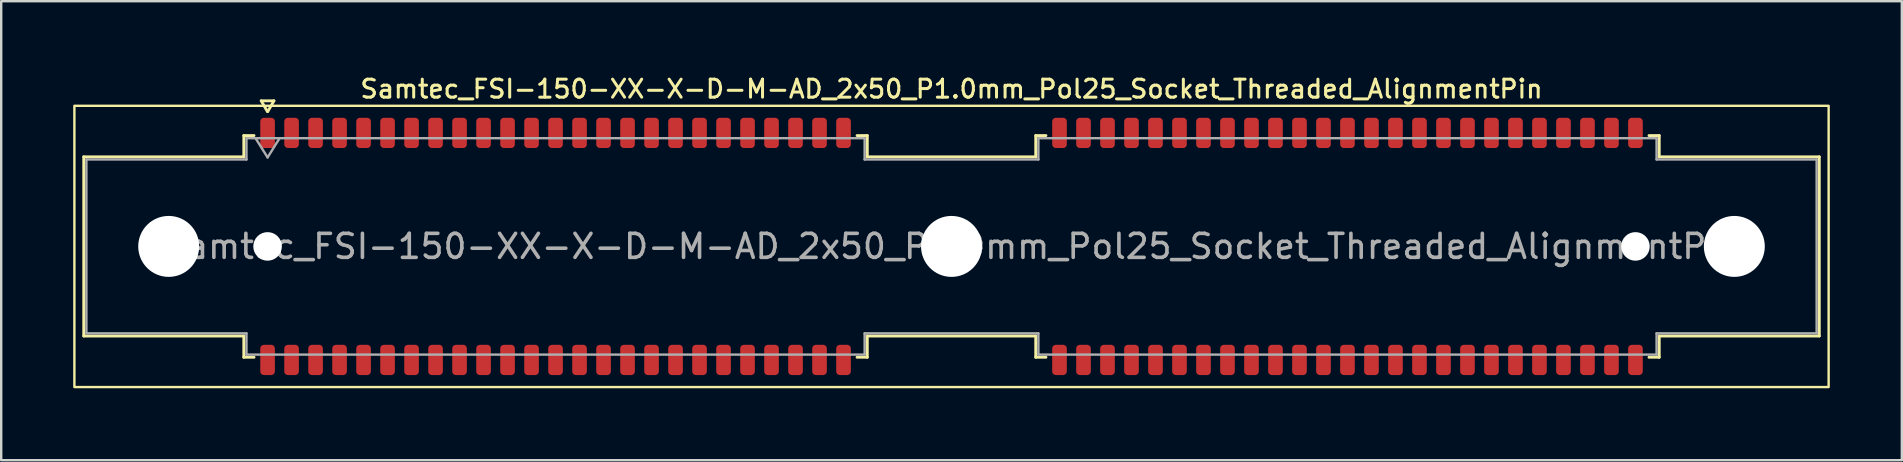
<source format=kicad_pcb>
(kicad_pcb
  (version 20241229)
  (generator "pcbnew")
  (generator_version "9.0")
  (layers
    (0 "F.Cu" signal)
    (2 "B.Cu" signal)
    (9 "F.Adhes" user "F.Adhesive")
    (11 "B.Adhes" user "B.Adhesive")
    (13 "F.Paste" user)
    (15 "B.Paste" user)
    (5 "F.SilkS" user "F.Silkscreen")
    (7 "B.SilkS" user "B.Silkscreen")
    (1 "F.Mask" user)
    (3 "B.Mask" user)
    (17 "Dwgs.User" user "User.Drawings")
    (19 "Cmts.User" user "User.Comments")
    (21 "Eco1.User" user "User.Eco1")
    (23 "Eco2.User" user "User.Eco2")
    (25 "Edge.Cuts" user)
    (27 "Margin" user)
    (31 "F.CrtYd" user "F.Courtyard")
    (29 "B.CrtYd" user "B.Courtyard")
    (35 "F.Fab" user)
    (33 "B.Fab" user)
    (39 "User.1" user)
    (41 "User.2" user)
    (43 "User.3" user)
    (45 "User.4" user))
  (footprint "Samtec_FSI-150-XX-X-D-M-AD_2x50_P1.0mm_Pol25_Socket_Threaded_AlignmentPin"
    (layer "F.Cu")
    (at 36.6 7.218)
    (property "Reference" "Samtec_FSI-150-XX-X-D-M-AD_2x50_P1.0mm_Pol25_Socket_Threaded_AlignmentPin" (at 0 -6.56 0) (layer "F.SilkS") (effects (font (size 0.75 0.75) (thickness 0.125))))
    (attr smd)
    (fp_line (start -36.16 -3.733) (end -29.49 -3.733) (stroke (width 0.12) (type solid)) (layer "F.SilkS"))
    (fp_line (start -36.16 3.733) (end -36.16 -3.733) (stroke (width 0.12) (type solid)) (layer "F.SilkS"))
    (fp_line (start -29.49 -4.619) (end -29.065 -4.619) (stroke (width 0.12) (type solid)) (layer "F.SilkS"))
    (fp_line (start -29.49 -3.733) (end -29.49 -4.619) (stroke (width 0.12) (type solid)) (layer "F.SilkS"))
    (fp_line (start -29.49 3.733) (end -36.16 3.733) (stroke (width 0.12) (type solid)) (layer "F.SilkS"))
    (fp_line (start -29.49 4.619) (end -29.49 3.733) (stroke (width 0.12) (type solid)) (layer "F.SilkS"))
    (fp_line (start -29.065 4.619) (end -29.49 4.619) (stroke (width 0.12) (type solid)) (layer "F.SilkS"))
    (fp_line (start -28.764 -6.066) (end -28.507 -5.62) (stroke (width 0.12) (type solid)) (layer "F.SilkS"))
    (fp_line (start -28.493 -5.62) (end -28.236 -6.066) (stroke (width 0.12) (type solid)) (layer "F.SilkS"))
    (fp_line (start -28.236 -6.066) (end -28.764 -6.066) (stroke (width 0.12) (type solid)) (layer "F.SilkS"))
    (fp_line (start -3.935 -4.619) (end -3.51 -4.619) (stroke (width 0.12) (type solid)) (layer "F.SilkS"))
    (fp_line (start -3.51 -4.619) (end -3.51 -3.733) (stroke (width 0.12) (type solid)) (layer "F.SilkS"))
    (fp_line (start -3.51 -3.733) (end 3.51 -3.733) (stroke (width 0.12) (type solid)) (layer "F.SilkS"))
    (fp_line (start -3.51 3.733) (end -3.51 4.619) (stroke (width 0.12) (type solid)) (layer "F.SilkS"))
    (fp_line (start -3.51 4.619) (end -3.935 4.619) (stroke (width 0.12) (type solid)) (layer "F.SilkS"))
    (fp_line (start 3.51 -4.619) (end 3.935 -4.619) (stroke (width 0.12) (type solid)) (layer "F.SilkS"))
    (fp_line (start 3.51 -3.733) (end 3.51 -4.619) (stroke (width 0.12) (type solid)) (layer "F.SilkS"))
    (fp_line (start 3.51 3.733) (end -3.51 3.733) (stroke (width 0.12) (type solid)) (layer "F.SilkS"))
    (fp_line (start 3.51 4.619) (end 3.51 3.733) (stroke (width 0.12) (type solid)) (layer "F.SilkS"))
    (fp_line (start 3.935 4.619) (end 3.51 4.619) (stroke (width 0.12) (type solid)) (layer "F.SilkS"))
    (fp_line (start 29.065 -4.619) (end 29.49 -4.619) (stroke (width 0.12) (type solid)) (layer "F.SilkS"))
    (fp_line (start 29.49 -4.619) (end 29.49 -3.733) (stroke (width 0.12) (type solid)) (layer "F.SilkS"))
    (fp_line (start 29.49 -3.733) (end 36.16 -3.733) (stroke (width 0.12) (type solid)) (layer "F.SilkS"))
    (fp_line (start 29.49 3.733) (end 29.49 4.619) (stroke (width 0.12) (type solid)) (layer "F.SilkS"))
    (fp_line (start 29.49 4.619) (end 29.065 4.619) (stroke (width 0.12) (type solid)) (layer "F.SilkS"))
    (fp_line (start 36.16 -3.733) (end 36.16 3.733) (stroke (width 0.12) (type solid)) (layer "F.SilkS"))
    (fp_line (start 36.16 3.733) (end 29.49 3.733) (stroke (width 0.12) (type solid)) (layer "F.SilkS"))
    (fp_rect (start -36.55 -5.86) (end 36.55 5.86) (stroke (width 0.1) (type solid)) (fill no) (layer "F.SilkS"))
    (fp_line (start -36.05 -3.623) (end -29.38 -3.623) (stroke (width 0.1) (type solid)) (layer "F.Fab"))
    (fp_line (start -36.05 3.623) (end -36.05 -3.623) (stroke (width 0.1) (type solid)) (layer "F.Fab"))
    (fp_line (start -29.38 -4.508) (end -3.62 -4.508) (stroke (width 0.1) (type solid)) (layer "F.Fab"))
    (fp_line (start -29.38 -3.623) (end -29.38 -4.508) (stroke (width 0.1) (type solid)) (layer "F.Fab"))
    (fp_line (start -29.38 3.623) (end -36.05 3.623) (stroke (width 0.1) (type solid)) (layer "F.Fab"))
    (fp_line (start -29.38 4.508) (end -29.38 3.623) (stroke (width 0.1) (type solid)) (layer "F.Fab"))
    (fp_line (start -29 -4.508) (end -28.5 -3.708) (stroke (width 0.1) (type solid)) (layer "F.Fab"))
    (fp_line (start -28.5 -3.708) (end -28 -4.508) (stroke (width 0.1) (type solid)) (layer "F.Fab"))
    (fp_line (start -3.62 -4.508) (end -3.62 -3.623) (stroke (width 0.1) (type solid)) (layer "F.Fab"))
    (fp_line (start -3.62 -3.623) (end 3.62 -3.623) (stroke (width 0.1) (type solid)) (layer "F.Fab"))
    (fp_line (start -3.62 3.623) (end -3.62 4.508) (stroke (width 0.1) (type solid)) (layer "F.Fab"))
    (fp_line (start -3.62 4.508) (end -29.38 4.508) (stroke (width 0.1) (type solid)) (layer "F.Fab"))
    (fp_line (start 3.62 -4.508) (end 29.38 -4.508) (stroke (width 0.1) (type solid)) (layer "F.Fab"))
    (fp_line (start 3.62 -3.623) (end 3.62 -4.508) (stroke (width 0.1) (type solid)) (layer "F.Fab"))
    (fp_line (start 3.62 3.623) (end -3.62 3.623) (stroke (width 0.1) (type solid)) (layer "F.Fab"))
    (fp_line (start 3.62 4.508) (end 3.62 3.623) (stroke (width 0.1) (type solid)) (layer "F.Fab"))
    (fp_line (start 29.38 -4.508) (end 29.38 -3.623) (stroke (width 0.1) (type solid)) (layer "F.Fab"))
    (fp_line (start 29.38 -3.623) (end 36.05 -3.623) (stroke (width 0.1) (type solid)) (layer "F.Fab"))
    (fp_line (start 29.38 3.623) (end 29.38 4.508) (stroke (width 0.1) (type solid)) (layer "F.Fab"))
    (fp_line (start 29.38 4.508) (end 3.62 4.508) (stroke (width 0.1) (type solid)) (layer "F.Fab"))
    (fp_line (start 36.05 -3.623) (end 36.05 3.623) (stroke (width 0.1) (type solid)) (layer "F.Fab"))
    (fp_line (start 36.05 3.623) (end 29.38 3.623) (stroke (width 0.1) (type solid)) (layer "F.Fab"))
    (fp_text user "${REFERENCE}" (at 0 0 0) (layer "F.Fab") (effects (font (size 1 1) (thickness 0.15))))
    (pad "" np_thru_hole circle (at -32.62 0) (size 2.54 2.54) (drill 2.54) (layers "*.Cu" "*.Mask"))
    (pad "" np_thru_hole circle (at -28.5 0) (size 1.19 1.19) (drill 1.19) (layers "*.Cu" "*.Mask"))
    (pad "" np_thru_hole circle (at 0 0) (size 2.54 2.54) (drill 2.54) (layers "*.Cu" "*.Mask"))
    (pad "" np_thru_hole circle (at 28.5 0) (size 1.19 1.19) (drill 1.19) (layers "*.Cu" "*.Mask"))
    (pad "" np_thru_hole circle (at 32.62 0) (size 2.54 2.54) (drill 2.54) (layers "*.Cu" "*.Mask"))
    (pad "1" smd roundrect (at -28.5 -4.73) (size 0.61 1.26) (layers "F.Cu" "F.Mask" "F.Paste") (roundrect_rratio 0.25))
    (pad "2" smd roundrect (at -28.5 4.73) (size 0.61 1.26) (layers "F.Cu" "F.Mask" "F.Paste") (roundrect_rratio 0.25))
    (pad "3" smd roundrect (at -27.5 -4.73) (size 0.61 1.26) (layers "F.Cu" "F.Mask" "F.Paste") (roundrect_rratio 0.25))
    (pad "4" smd roundrect (at -27.5 4.73) (size 0.61 1.26) (layers "F.Cu" "F.Mask" "F.Paste") (roundrect_rratio 0.25))
    (pad "5" smd roundrect (at -26.5 -4.73) (size 0.61 1.26) (layers "F.Cu" "F.Mask" "F.Paste") (roundrect_rratio 0.25))
    (pad "6" smd roundrect (at -26.5 4.73) (size 0.61 1.26) (layers "F.Cu" "F.Mask" "F.Paste") (roundrect_rratio 0.25))
    (pad "7" smd roundrect (at -25.5 -4.73) (size 0.61 1.26) (layers "F.Cu" "F.Mask" "F.Paste") (roundrect_rratio 0.25))
    (pad "8" smd roundrect (at -25.5 4.73) (size 0.61 1.26) (layers "F.Cu" "F.Mask" "F.Paste") (roundrect_rratio 0.25))
    (pad "9" smd roundrect (at -24.5 -4.73) (size 0.61 1.26) (layers "F.Cu" "F.Mask" "F.Paste") (roundrect_rratio 0.25))
    (pad "10" smd roundrect (at -24.5 4.73) (size 0.61 1.26) (layers "F.Cu" "F.Mask" "F.Paste") (roundrect_rratio 0.25))
    (pad "11" smd roundrect (at -23.5 -4.73) (size 0.61 1.26) (layers "F.Cu" "F.Mask" "F.Paste") (roundrect_rratio 0.25))
    (pad "12" smd roundrect (at -23.5 4.73) (size 0.61 1.26) (layers "F.Cu" "F.Mask" "F.Paste") (roundrect_rratio 0.25))
    (pad "13" smd roundrect (at -22.5 -4.73) (size 0.61 1.26) (layers "F.Cu" "F.Mask" "F.Paste") (roundrect_rratio 0.25))
    (pad "14" smd roundrect (at -22.5 4.73) (size 0.61 1.26) (layers "F.Cu" "F.Mask" "F.Paste") (roundrect_rratio 0.25))
    (pad "15" smd roundrect (at -21.5 -4.73) (size 0.61 1.26) (layers "F.Cu" "F.Mask" "F.Paste") (roundrect_rratio 0.25))
    (pad "16" smd roundrect (at -21.5 4.73) (size 0.61 1.26) (layers "F.Cu" "F.Mask" "F.Paste") (roundrect_rratio 0.25))
    (pad "17" smd roundrect (at -20.5 -4.73) (size 0.61 1.26) (layers "F.Cu" "F.Mask" "F.Paste") (roundrect_rratio 0.25))
    (pad "18" smd roundrect (at -20.5 4.73) (size 0.61 1.26) (layers "F.Cu" "F.Mask" "F.Paste") (roundrect_rratio 0.25))
    (pad "19" smd roundrect (at -19.5 -4.73) (size 0.61 1.26) (layers "F.Cu" "F.Mask" "F.Paste") (roundrect_rratio 0.25))
    (pad "20" smd roundrect (at -19.5 4.73) (size 0.61 1.26) (layers "F.Cu" "F.Mask" "F.Paste") (roundrect_rratio 0.25))
    (pad "21" smd roundrect (at -18.5 -4.73) (size 0.61 1.26) (layers "F.Cu" "F.Mask" "F.Paste") (roundrect_rratio 0.25))
    (pad "22" smd roundrect (at -18.5 4.73) (size 0.61 1.26) (layers "F.Cu" "F.Mask" "F.Paste") (roundrect_rratio 0.25))
    (pad "23" smd roundrect (at -17.5 -4.73) (size 0.61 1.26) (layers "F.Cu" "F.Mask" "F.Paste") (roundrect_rratio 0.25))
    (pad "24" smd roundrect (at -17.5 4.73) (size 0.61 1.26) (layers "F.Cu" "F.Mask" "F.Paste") (roundrect_rratio 0.25))
    (pad "25" smd roundrect (at -16.5 -4.73) (size 0.61 1.26) (layers "F.Cu" "F.Mask" "F.Paste") (roundrect_rratio 0.25))
    (pad "26" smd roundrect (at -16.5 4.73) (size 0.61 1.26) (layers "F.Cu" "F.Mask" "F.Paste") (roundrect_rratio 0.25))
    (pad "27" smd roundrect (at -15.5 -4.73) (size 0.61 1.26) (layers "F.Cu" "F.Mask" "F.Paste") (roundrect_rratio 0.25))
    (pad "28" smd roundrect (at -15.5 4.73) (size 0.61 1.26) (layers "F.Cu" "F.Mask" "F.Paste") (roundrect_rratio 0.25))
    (pad "29" smd roundrect (at -14.5 -4.73) (size 0.61 1.26) (layers "F.Cu" "F.Mask" "F.Paste") (roundrect_rratio 0.25))
    (pad "30" smd roundrect (at -14.5 4.73) (size 0.61 1.26) (layers "F.Cu" "F.Mask" "F.Paste") (roundrect_rratio 0.25))
    (pad "31" smd roundrect (at -13.5 -4.73) (size 0.61 1.26) (layers "F.Cu" "F.Mask" "F.Paste") (roundrect_rratio 0.25))
    (pad "32" smd roundrect (at -13.5 4.73) (size 0.61 1.26) (layers "F.Cu" "F.Mask" "F.Paste") (roundrect_rratio 0.25))
    (pad "33" smd roundrect (at -12.5 -4.73) (size 0.61 1.26) (layers "F.Cu" "F.Mask" "F.Paste") (roundrect_rratio 0.25))
    (pad "34" smd roundrect (at -12.5 4.73) (size 0.61 1.26) (layers "F.Cu" "F.Mask" "F.Paste") (roundrect_rratio 0.25))
    (pad "35" smd roundrect (at -11.5 -4.73) (size 0.61 1.26) (layers "F.Cu" "F.Mask" "F.Paste") (roundrect_rratio 0.25))
    (pad "36" smd roundrect (at -11.5 4.73) (size 0.61 1.26) (layers "F.Cu" "F.Mask" "F.Paste") (roundrect_rratio 0.25))
    (pad "37" smd roundrect (at -10.5 -4.73) (size 0.61 1.26) (layers "F.Cu" "F.Mask" "F.Paste") (roundrect_rratio 0.25))
    (pad "38" smd roundrect (at -10.5 4.73) (size 0.61 1.26) (layers "F.Cu" "F.Mask" "F.Paste") (roundrect_rratio 0.25))
    (pad "39" smd roundrect (at -9.5 -4.73) (size 0.61 1.26) (layers "F.Cu" "F.Mask" "F.Paste") (roundrect_rratio 0.25))
    (pad "40" smd roundrect (at -9.5 4.73) (size 0.61 1.26) (layers "F.Cu" "F.Mask" "F.Paste") (roundrect_rratio 0.25))
    (pad "41" smd roundrect (at -8.5 -4.73) (size 0.61 1.26) (layers "F.Cu" "F.Mask" "F.Paste") (roundrect_rratio 0.25))
    (pad "42" smd roundrect (at -8.5 4.73) (size 0.61 1.26) (layers "F.Cu" "F.Mask" "F.Paste") (roundrect_rratio 0.25))
    (pad "43" smd roundrect (at -7.5 -4.73) (size 0.61 1.26) (layers "F.Cu" "F.Mask" "F.Paste") (roundrect_rratio 0.25))
    (pad "44" smd roundrect (at -7.5 4.73) (size 0.61 1.26) (layers "F.Cu" "F.Mask" "F.Paste") (roundrect_rratio 0.25))
    (pad "45" smd roundrect (at -6.5 -4.73) (size 0.61 1.26) (layers "F.Cu" "F.Mask" "F.Paste") (roundrect_rratio 0.25))
    (pad "46" smd roundrect (at -6.5 4.73) (size 0.61 1.26) (layers "F.Cu" "F.Mask" "F.Paste") (roundrect_rratio 0.25))
    (pad "47" smd roundrect (at -5.5 -4.73) (size 0.61 1.26) (layers "F.Cu" "F.Mask" "F.Paste") (roundrect_rratio 0.25))
    (pad "48" smd roundrect (at -5.5 4.73) (size 0.61 1.26) (layers "F.Cu" "F.Mask" "F.Paste") (roundrect_rratio 0.25))
    (pad "49" smd roundrect (at -4.5 -4.73) (size 0.61 1.26) (layers "F.Cu" "F.Mask" "F.Paste") (roundrect_rratio 0.25))
    (pad "50" smd roundrect (at -4.5 4.73) (size 0.61 1.26) (layers "F.Cu" "F.Mask" "F.Paste") (roundrect_rratio 0.25))
    (pad "51" smd roundrect (at 4.5 -4.73) (size 0.61 1.26) (layers "F.Cu" "F.Mask" "F.Paste") (roundrect_rratio 0.25))
    (pad "52" smd roundrect (at 4.5 4.73) (size 0.61 1.26) (layers "F.Cu" "F.Mask" "F.Paste") (roundrect_rratio 0.25))
    (pad "53" smd roundrect (at 5.5 -4.73) (size 0.61 1.26) (layers "F.Cu" "F.Mask" "F.Paste") (roundrect_rratio 0.25))
    (pad "54" smd roundrect (at 5.5 4.73) (size 0.61 1.26) (layers "F.Cu" "F.Mask" "F.Paste") (roundrect_rratio 0.25))
    (pad "55" smd roundrect (at 6.5 -4.73) (size 0.61 1.26) (layers "F.Cu" "F.Mask" "F.Paste") (roundrect_rratio 0.25))
    (pad "56" smd roundrect (at 6.5 4.73) (size 0.61 1.26) (layers "F.Cu" "F.Mask" "F.Paste") (roundrect_rratio 0.25))
    (pad "57" smd roundrect (at 7.5 -4.73) (size 0.61 1.26) (layers "F.Cu" "F.Mask" "F.Paste") (roundrect_rratio 0.25))
    (pad "58" smd roundrect (at 7.5 4.73) (size 0.61 1.26) (layers "F.Cu" "F.Mask" "F.Paste") (roundrect_rratio 0.25))
    (pad "59" smd roundrect (at 8.5 -4.73) (size 0.61 1.26) (layers "F.Cu" "F.Mask" "F.Paste") (roundrect_rratio 0.25))
    (pad "60" smd roundrect (at 8.5 4.73) (size 0.61 1.26) (layers "F.Cu" "F.Mask" "F.Paste") (roundrect_rratio 0.25))
    (pad "61" smd roundrect (at 9.5 -4.73) (size 0.61 1.26) (layers "F.Cu" "F.Mask" "F.Paste") (roundrect_rratio 0.25))
    (pad "62" smd roundrect (at 9.5 4.73) (size 0.61 1.26) (layers "F.Cu" "F.Mask" "F.Paste") (roundrect_rratio 0.25))
    (pad "63" smd roundrect (at 10.5 -4.73) (size 0.61 1.26) (layers "F.Cu" "F.Mask" "F.Paste") (roundrect_rratio 0.25))
    (pad "64" smd roundrect (at 10.5 4.73) (size 0.61 1.26) (layers "F.Cu" "F.Mask" "F.Paste") (roundrect_rratio 0.25))
    (pad "65" smd roundrect (at 11.5 -4.73) (size 0.61 1.26) (layers "F.Cu" "F.Mask" "F.Paste") (roundrect_rratio 0.25))
    (pad "66" smd roundrect (at 11.5 4.73) (size 0.61 1.26) (layers "F.Cu" "F.Mask" "F.Paste") (roundrect_rratio 0.25))
    (pad "67" smd roundrect (at 12.5 -4.73) (size 0.61 1.26) (layers "F.Cu" "F.Mask" "F.Paste") (roundrect_rratio 0.25))
    (pad "68" smd roundrect (at 12.5 4.73) (size 0.61 1.26) (layers "F.Cu" "F.Mask" "F.Paste") (roundrect_rratio 0.25))
    (pad "69" smd roundrect (at 13.5 -4.73) (size 0.61 1.26) (layers "F.Cu" "F.Mask" "F.Paste") (roundrect_rratio 0.25))
    (pad "70" smd roundrect (at 13.5 4.73) (size 0.61 1.26) (layers "F.Cu" "F.Mask" "F.Paste") (roundrect_rratio 0.25))
    (pad "71" smd roundrect (at 14.5 -4.73) (size 0.61 1.26) (layers "F.Cu" "F.Mask" "F.Paste") (roundrect_rratio 0.25))
    (pad "72" smd roundrect (at 14.5 4.73) (size 0.61 1.26) (layers "F.Cu" "F.Mask" "F.Paste") (roundrect_rratio 0.25))
    (pad "73" smd roundrect (at 15.5 -4.73) (size 0.61 1.26) (layers "F.Cu" "F.Mask" "F.Paste") (roundrect_rratio 0.25))
    (pad "74" smd roundrect (at 15.5 4.73) (size 0.61 1.26) (layers "F.Cu" "F.Mask" "F.Paste") (roundrect_rratio 0.25))
    (pad "75" smd roundrect (at 16.5 -4.73) (size 0.61 1.26) (layers "F.Cu" "F.Mask" "F.Paste") (roundrect_rratio 0.25))
    (pad "76" smd roundrect (at 16.5 4.73) (size 0.61 1.26) (layers "F.Cu" "F.Mask" "F.Paste") (roundrect_rratio 0.25))
    (pad "77" smd roundrect (at 17.5 -4.73) (size 0.61 1.26) (layers "F.Cu" "F.Mask" "F.Paste") (roundrect_rratio 0.25))
    (pad "78" smd roundrect (at 17.5 4.73) (size 0.61 1.26) (layers "F.Cu" "F.Mask" "F.Paste") (roundrect_rratio 0.25))
    (pad "79" smd roundrect (at 18.5 -4.73) (size 0.61 1.26) (layers "F.Cu" "F.Mask" "F.Paste") (roundrect_rratio 0.25))
    (pad "80" smd roundrect (at 18.5 4.73) (size 0.61 1.26) (layers "F.Cu" "F.Mask" "F.Paste") (roundrect_rratio 0.25))
    (pad "81" smd roundrect (at 19.5 -4.73) (size 0.61 1.26) (layers "F.Cu" "F.Mask" "F.Paste") (roundrect_rratio 0.25))
    (pad "82" smd roundrect (at 19.5 4.73) (size 0.61 1.26) (layers "F.Cu" "F.Mask" "F.Paste") (roundrect_rratio 0.25))
    (pad "83" smd roundrect (at 20.5 -4.73) (size 0.61 1.26) (layers "F.Cu" "F.Mask" "F.Paste") (roundrect_rratio 0.25))
    (pad "84" smd roundrect (at 20.5 4.73) (size 0.61 1.26) (layers "F.Cu" "F.Mask" "F.Paste") (roundrect_rratio 0.25))
    (pad "85" smd roundrect (at 21.5 -4.73) (size 0.61 1.26) (layers "F.Cu" "F.Mask" "F.Paste") (roundrect_rratio 0.25))
    (pad "86" smd roundrect (at 21.5 4.73) (size 0.61 1.26) (layers "F.Cu" "F.Mask" "F.Paste") (roundrect_rratio 0.25))
    (pad "87" smd roundrect (at 22.5 -4.73) (size 0.61 1.26) (layers "F.Cu" "F.Mask" "F.Paste") (roundrect_rratio 0.25))
    (pad "88" smd roundrect (at 22.5 4.73) (size 0.61 1.26) (layers "F.Cu" "F.Mask" "F.Paste") (roundrect_rratio 0.25))
    (pad "89" smd roundrect (at 23.5 -4.73) (size 0.61 1.26) (layers "F.Cu" "F.Mask" "F.Paste") (roundrect_rratio 0.25))
    (pad "90" smd roundrect (at 23.5 4.73) (size 0.61 1.26) (layers "F.Cu" "F.Mask" "F.Paste") (roundrect_rratio 0.25))
    (pad "91" smd roundrect (at 24.5 -4.73) (size 0.61 1.26) (layers "F.Cu" "F.Mask" "F.Paste") (roundrect_rratio 0.25))
    (pad "92" smd roundrect (at 24.5 4.73) (size 0.61 1.26) (layers "F.Cu" "F.Mask" "F.Paste") (roundrect_rratio 0.25))
    (pad "93" smd roundrect (at 25.5 -4.73) (size 0.61 1.26) (layers "F.Cu" "F.Mask" "F.Paste") (roundrect_rratio 0.25))
    (pad "94" smd roundrect (at 25.5 4.73) (size 0.61 1.26) (layers "F.Cu" "F.Mask" "F.Paste") (roundrect_rratio 0.25))
    (pad "95" smd roundrect (at 26.5 -4.73) (size 0.61 1.26) (layers "F.Cu" "F.Mask" "F.Paste") (roundrect_rratio 0.25))
    (pad "96" smd roundrect (at 26.5 4.73) (size 0.61 1.26) (layers "F.Cu" "F.Mask" "F.Paste") (roundrect_rratio 0.25))
    (pad "97" smd roundrect (at 27.5 -4.73) (size 0.61 1.26) (layers "F.Cu" "F.Mask" "F.Paste") (roundrect_rratio 0.25))
    (pad "98" smd roundrect (at 27.5 4.73) (size 0.61 1.26) (layers "F.Cu" "F.Mask" "F.Paste") (roundrect_rratio 0.25))
    (pad "99" smd roundrect (at 28.5 -4.73) (size 0.61 1.26) (layers "F.Cu" "F.Mask" "F.Paste") (roundrect_rratio 0.25))
    (pad "100" smd roundrect (at 28.5 4.73) (size 0.61 1.26) (layers "F.Cu" "F.Mask" "F.Paste") (roundrect_rratio 0.25)))
  (gr_rect
    (start -3 -3)
    (end 76.2 16.128)
    (stroke (width 0.1) (type default))
    (fill no)
    (layer "Edge.Cuts")))
</source>
